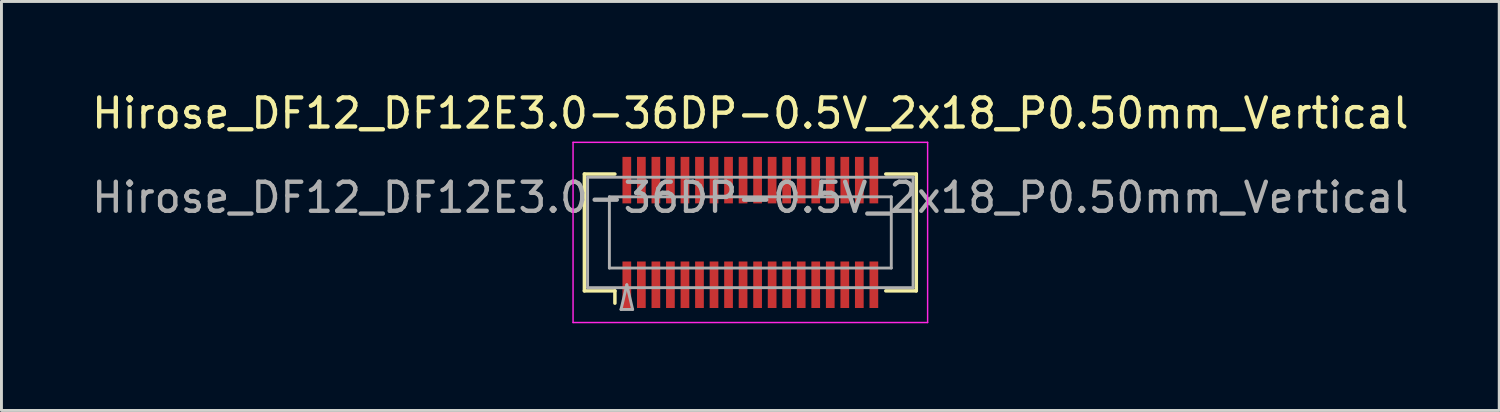
<source format=kicad_pcb>
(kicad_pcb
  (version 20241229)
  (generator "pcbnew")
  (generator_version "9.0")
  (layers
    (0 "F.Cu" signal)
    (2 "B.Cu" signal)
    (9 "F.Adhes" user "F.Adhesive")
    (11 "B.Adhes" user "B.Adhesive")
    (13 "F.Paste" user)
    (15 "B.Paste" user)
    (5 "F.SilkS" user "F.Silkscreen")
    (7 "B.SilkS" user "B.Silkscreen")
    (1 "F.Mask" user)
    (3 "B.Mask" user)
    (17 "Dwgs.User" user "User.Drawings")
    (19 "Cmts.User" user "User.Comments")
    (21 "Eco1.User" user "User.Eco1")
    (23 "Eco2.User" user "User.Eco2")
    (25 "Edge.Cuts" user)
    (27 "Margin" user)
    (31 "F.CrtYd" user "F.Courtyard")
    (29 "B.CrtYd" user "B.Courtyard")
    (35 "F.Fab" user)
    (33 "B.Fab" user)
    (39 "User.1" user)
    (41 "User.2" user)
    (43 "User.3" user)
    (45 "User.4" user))
  (footprint "Hirose_DF12_DF12E3.0-36DP-0.5V_2x18_P0.50mm_Vertical"
    (layer "F.Cu")
    (at 22.768 4.948)
    (property "Reference" "Hirose_DF12_DF12E3.0-36DP-0.5V_2x18_P0.50mm_Vertical" (at 0 -4.1 0) (layer "F.SilkS") (effects (font (size 1 1) (thickness 0.15))))
    (attr smd)
    (fp_line (start -5.71 -2.01) (end -4.66 -2.01) (stroke (width 0.12) (type solid)) (layer "F.SilkS"))
    (fp_line (start -5.71 2.01) (end -5.71 -2.01) (stroke (width 0.12) (type solid)) (layer "F.SilkS"))
    (fp_line (start -4.66 2.01) (end -5.71 2.01) (stroke (width 0.12) (type solid)) (layer "F.SilkS"))
    (fp_line (start -4.66 2.433) (end -4.66 2.01) (stroke (width 0.12) (type solid)) (layer "F.SilkS"))
    (fp_line (start 4.66 2.01) (end 5.71 2.01) (stroke (width 0.12) (type solid)) (layer "F.SilkS"))
    (fp_line (start 5.71 -2.01) (end 4.66 -2.01) (stroke (width 0.12) (type solid)) (layer "F.SilkS"))
    (fp_line (start 5.71 2.01) (end 5.71 -2.01) (stroke (width 0.12) (type solid)) (layer "F.SilkS"))
    (fp_line (start -6.1 -3.1) (end -6.1 3.1) (stroke (width 0.05) (type solid)) (layer "F.CrtYd"))
    (fp_line (start -6.1 3.1) (end 6.1 3.1) (stroke (width 0.05) (type solid)) (layer "F.CrtYd"))
    (fp_line (start 6.1 -3.1) (end -6.1 -3.1) (stroke (width 0.05) (type solid)) (layer "F.CrtYd"))
    (fp_line (start 6.1 3.1) (end 6.1 -3.1) (stroke (width 0.05) (type solid)) (layer "F.CrtYd"))
    (fp_line (start -5.6 -1.9) (end 5.6 -1.9) (stroke (width 0.1) (type solid)) (layer "F.Fab"))
    (fp_line (start -5.6 1.9) (end -5.6 -1.9) (stroke (width 0.1) (type solid)) (layer "F.Fab"))
    (fp_line (start -4.85 -1.225) (end 4.85 -1.225) (stroke (width 0.1) (type solid)) (layer "F.Fab"))
    (fp_line (start -4.85 1.225) (end -4.85 -1.225) (stroke (width 0.1) (type solid)) (layer "F.Fab"))
    (fp_line (start -4.45 2.65) (end -4.25 1.8) (stroke (width 0.1) (type solid)) (layer "F.Fab"))
    (fp_line (start -4.25 1.8) (end -4.05 2.65) (stroke (width 0.1) (type solid)) (layer "F.Fab"))
    (fp_line (start -4.05 2.65) (end -4.45 2.65) (stroke (width 0.1) (type solid)) (layer "F.Fab"))
    (fp_line (start 4.85 -1.225) (end 4.85 1.225) (stroke (width 0.1) (type solid)) (layer "F.Fab"))
    (fp_line (start 4.85 1.225) (end -4.85 1.225) (stroke (width 0.1) (type solid)) (layer "F.Fab"))
    (fp_line (start 5.6 -1.9) (end 5.6 1.9) (stroke (width 0.1) (type solid)) (layer "F.Fab"))
    (fp_line (start 5.6 1.9) (end -5.6 1.9) (stroke (width 0.1) (type solid)) (layer "F.Fab"))
    (fp_text user "${REFERENCE}" (at 0 -1.2 0) (layer "F.Fab") (effects (font (size 1 1) (thickness 0.15))))
    (pad "" smd rect (at -4.25 -2) (size 0.28 1.2) (layers "F.Paste"))
    (pad "" smd rect (at -4.25 2) (size 0.28 1.2) (layers "F.Paste"))
    (pad "" smd rect (at -3.75 -2) (size 0.28 1.2) (layers "F.Paste"))
    (pad "" smd rect (at -3.75 2) (size 0.28 1.2) (layers "F.Paste"))
    (pad "" smd rect (at -3.25 -2) (size 0.28 1.2) (layers "F.Paste"))
    (pad "" smd rect (at -3.25 2) (size 0.28 1.2) (layers "F.Paste"))
    (pad "" smd rect (at -2.75 -2) (size 0.28 1.2) (layers "F.Paste"))
    (pad "" smd rect (at -2.75 2) (size 0.28 1.2) (layers "F.Paste"))
    (pad "" smd rect (at -2.25 -2) (size 0.28 1.2) (layers "F.Paste"))
    (pad "" smd rect (at -2.25 2) (size 0.28 1.2) (layers "F.Paste"))
    (pad "" smd rect (at -1.75 -2) (size 0.28 1.2) (layers "F.Paste"))
    (pad "" smd rect (at -1.75 2) (size 0.28 1.2) (layers "F.Paste"))
    (pad "" smd rect (at -1.25 -2) (size 0.28 1.2) (layers "F.Paste"))
    (pad "" smd rect (at -1.25 2) (size 0.28 1.2) (layers "F.Paste"))
    (pad "" smd rect (at -0.75 -2) (size 0.28 1.2) (layers "F.Paste"))
    (pad "" smd rect (at -0.75 2) (size 0.28 1.2) (layers "F.Paste"))
    (pad "" smd rect (at -0.25 -2) (size 0.28 1.2) (layers "F.Paste"))
    (pad "" smd rect (at -0.25 2) (size 0.28 1.2) (layers "F.Paste"))
    (pad "" smd rect (at 0.25 -2) (size 0.28 1.2) (layers "F.Paste"))
    (pad "" smd rect (at 0.25 2) (size 0.28 1.2) (layers "F.Paste"))
    (pad "" smd rect (at 0.75 -2) (size 0.28 1.2) (layers "F.Paste"))
    (pad "" smd rect (at 0.75 2) (size 0.28 1.2) (layers "F.Paste"))
    (pad "" smd rect (at 1.25 -2) (size 0.28 1.2) (layers "F.Paste"))
    (pad "" smd rect (at 1.25 2) (size 0.28 1.2) (layers "F.Paste"))
    (pad "" smd rect (at 1.75 -2) (size 0.28 1.2) (layers "F.Paste"))
    (pad "" smd rect (at 1.75 2) (size 0.28 1.2) (layers "F.Paste"))
    (pad "" smd rect (at 2.25 -2) (size 0.28 1.2) (layers "F.Paste"))
    (pad "" smd rect (at 2.25 2) (size 0.28 1.2) (layers "F.Paste"))
    (pad "" smd rect (at 2.75 -2) (size 0.28 1.2) (layers "F.Paste"))
    (pad "" smd rect (at 2.75 2) (size 0.28 1.2) (layers "F.Paste"))
    (pad "" smd rect (at 3.25 -2) (size 0.28 1.2) (layers "F.Paste"))
    (pad "" smd rect (at 3.25 2) (size 0.28 1.2) (layers "F.Paste"))
    (pad "" smd rect (at 3.75 -2) (size 0.28 1.2) (layers "F.Paste"))
    (pad "" smd rect (at 3.75 2) (size 0.28 1.2) (layers "F.Paste"))
    (pad "" smd rect (at 4.25 -2) (size 0.28 1.2) (layers "F.Paste"))
    (pad "" smd rect (at 4.25 2) (size 0.28 1.2) (layers "F.Paste"))
    (pad "1" smd rect (at -4.25 1.8) (size 0.3 1.6) (layers "F.Cu" "F.Mask"))
    (pad "2" smd rect (at -3.75 1.8) (size 0.3 1.6) (layers "F.Cu" "F.Mask"))
    (pad "3" smd rect (at -3.25 1.8) (size 0.3 1.6) (layers "F.Cu" "F.Mask"))
    (pad "4" smd rect (at -2.75 1.8) (size 0.3 1.6) (layers "F.Cu" "F.Mask"))
    (pad "5" smd rect (at -2.25 1.8) (size 0.3 1.6) (layers "F.Cu" "F.Mask"))
    (pad "6" smd rect (at -1.75 1.8) (size 0.3 1.6) (layers "F.Cu" "F.Mask"))
    (pad "7" smd rect (at -1.25 1.8) (size 0.3 1.6) (layers "F.Cu" "F.Mask"))
    (pad "8" smd rect (at -0.75 1.8) (size 0.3 1.6) (layers "F.Cu" "F.Mask"))
    (pad "9" smd rect (at -0.25 1.8) (size 0.3 1.6) (layers "F.Cu" "F.Mask"))
    (pad "10" smd rect (at 0.25 1.8) (size 0.3 1.6) (layers "F.Cu" "F.Mask"))
    (pad "11" smd rect (at 0.75 1.8) (size 0.3 1.6) (layers "F.Cu" "F.Mask"))
    (pad "12" smd rect (at 1.25 1.8) (size 0.3 1.6) (layers "F.Cu" "F.Mask"))
    (pad "13" smd rect (at 1.75 1.8) (size 0.3 1.6) (layers "F.Cu" "F.Mask"))
    (pad "14" smd rect (at 2.25 1.8) (size 0.3 1.6) (layers "F.Cu" "F.Mask"))
    (pad "15" smd rect (at 2.75 1.8) (size 0.3 1.6) (layers "F.Cu" "F.Mask"))
    (pad "16" smd rect (at 3.25 1.8) (size 0.3 1.6) (layers "F.Cu" "F.Mask"))
    (pad "17" smd rect (at 3.75 1.8) (size 0.3 1.6) (layers "F.Cu" "F.Mask"))
    (pad "18" smd rect (at 4.25 1.8) (size 0.3 1.6) (layers "F.Cu" "F.Mask"))
    (pad "19" smd rect (at -4.25 -1.8) (size 0.3 1.6) (layers "F.Cu" "F.Mask"))
    (pad "20" smd rect (at -3.75 -1.8) (size 0.3 1.6) (layers "F.Cu" "F.Mask"))
    (pad "21" smd rect (at -3.25 -1.8) (size 0.3 1.6) (layers "F.Cu" "F.Mask"))
    (pad "22" smd rect (at -2.75 -1.8) (size 0.3 1.6) (layers "F.Cu" "F.Mask"))
    (pad "23" smd rect (at -2.25 -1.8) (size 0.3 1.6) (layers "F.Cu" "F.Mask"))
    (pad "24" smd rect (at -1.75 -1.8) (size 0.3 1.6) (layers "F.Cu" "F.Mask"))
    (pad "25" smd rect (at -1.25 -1.8) (size 0.3 1.6) (layers "F.Cu" "F.Mask"))
    (pad "26" smd rect (at -0.75 -1.8) (size 0.3 1.6) (layers "F.Cu" "F.Mask"))
    (pad "27" smd rect (at -0.25 -1.8) (size 0.3 1.6) (layers "F.Cu" "F.Mask"))
    (pad "28" smd rect (at 0.25 -1.8) (size 0.3 1.6) (layers "F.Cu" "F.Mask"))
    (pad "29" smd rect (at 0.75 -1.8) (size 0.3 1.6) (layers "F.Cu" "F.Mask"))
    (pad "30" smd rect (at 1.25 -1.8) (size 0.3 1.6) (layers "F.Cu" "F.Mask"))
    (pad "31" smd rect (at 1.75 -1.8) (size 0.3 1.6) (layers "F.Cu" "F.Mask"))
    (pad "32" smd rect (at 2.25 -1.8) (size 0.3 1.6) (layers "F.Cu" "F.Mask"))
    (pad "33" smd rect (at 2.75 -1.8) (size 0.3 1.6) (layers "F.Cu" "F.Mask"))
    (pad "34" smd rect (at 3.25 -1.8) (size 0.3 1.6) (layers "F.Cu" "F.Mask"))
    (pad "35" smd rect (at 3.75 -1.8) (size 0.3 1.6) (layers "F.Cu" "F.Mask"))
    (pad "36" smd rect (at 4.25 -1.8) (size 0.3 1.6) (layers "F.Cu" "F.Mask")))
  (gr_rect
    (start -3 -3)
    (end 48.536 11.073)
    (stroke (width 0.1) (type default))
    (fill no)
    (layer "Edge.Cuts")))
</source>
